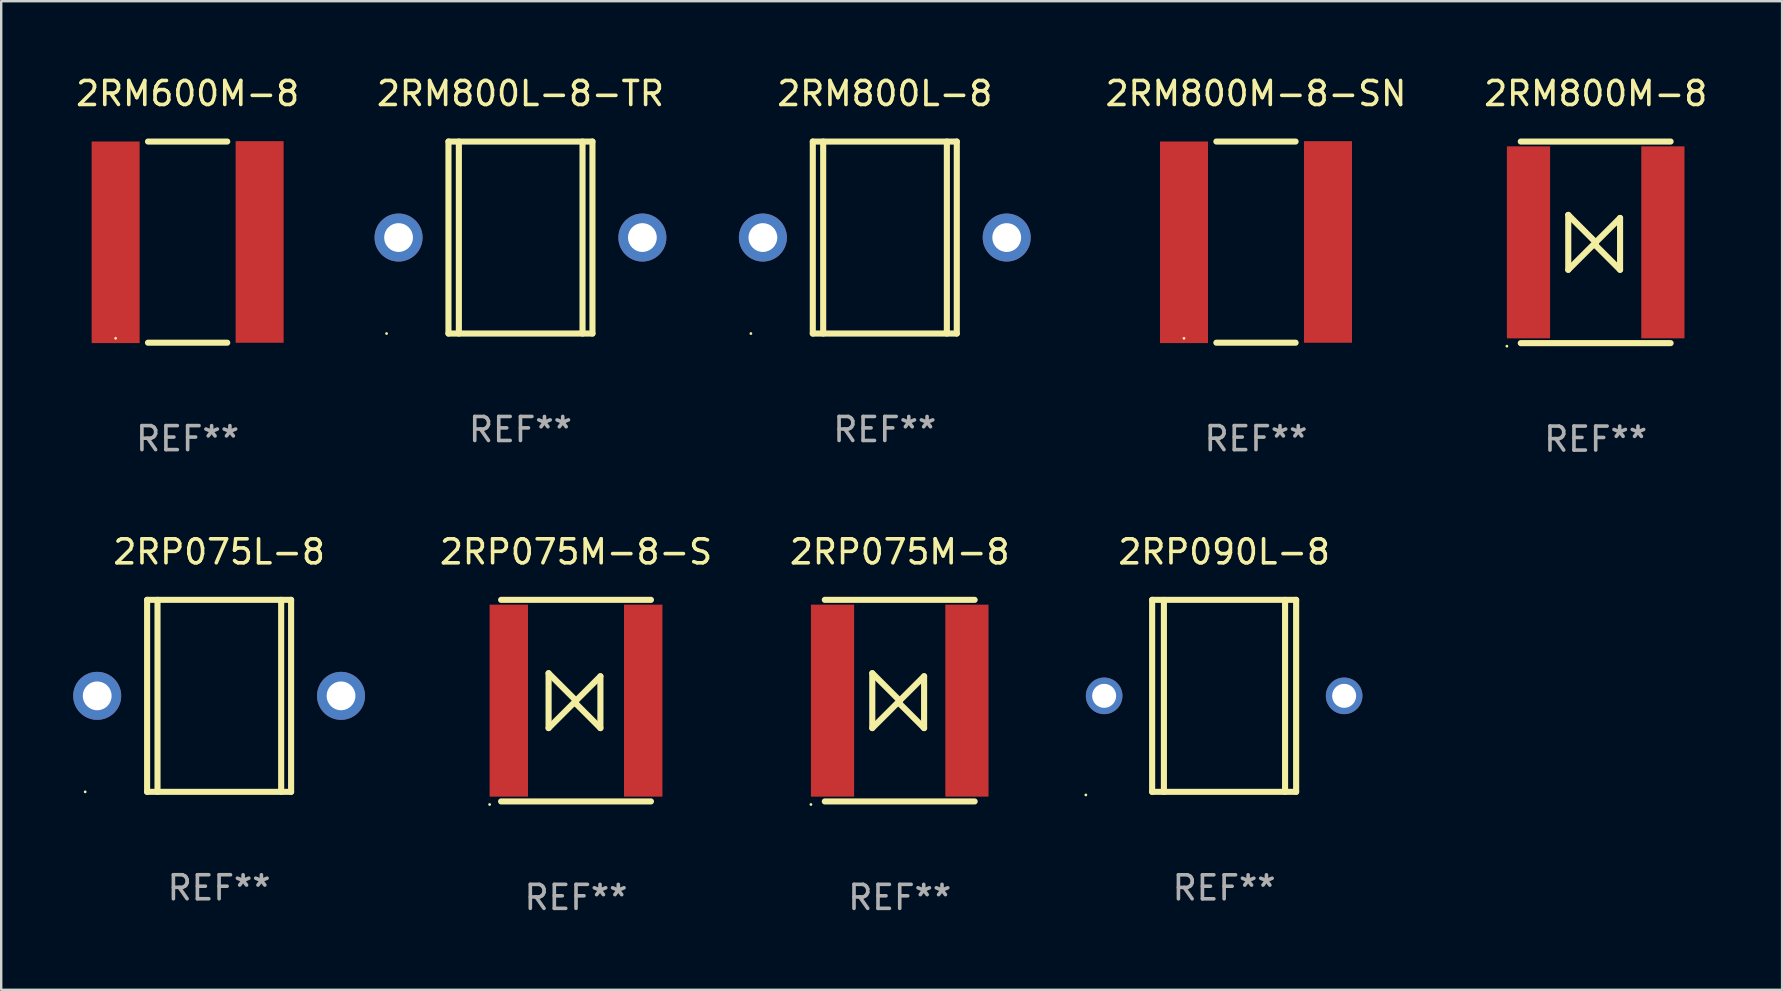
<source format=kicad_pcb>
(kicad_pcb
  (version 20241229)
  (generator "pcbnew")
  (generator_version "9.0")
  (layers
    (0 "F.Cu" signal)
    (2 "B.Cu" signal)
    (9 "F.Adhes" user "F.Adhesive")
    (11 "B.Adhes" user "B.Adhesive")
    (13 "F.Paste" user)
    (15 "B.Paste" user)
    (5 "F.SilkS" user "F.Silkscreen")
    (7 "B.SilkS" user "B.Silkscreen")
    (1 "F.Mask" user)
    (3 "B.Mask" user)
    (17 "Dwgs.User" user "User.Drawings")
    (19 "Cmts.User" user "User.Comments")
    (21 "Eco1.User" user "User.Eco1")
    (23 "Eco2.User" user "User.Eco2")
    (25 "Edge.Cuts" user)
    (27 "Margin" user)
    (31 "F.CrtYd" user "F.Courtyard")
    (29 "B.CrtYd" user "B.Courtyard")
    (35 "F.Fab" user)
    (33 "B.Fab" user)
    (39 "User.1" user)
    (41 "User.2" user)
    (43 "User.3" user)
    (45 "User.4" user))
  (footprint "2RM800L-8"
    (layer "F.Cu")
    (at 33.818 6.848)
    (property "Reference" "2RM800L-8" (at 0 -6 0) (layer "F.SilkS") (effects (font (size 1 1) (thickness 0.15))))
    (attr through_hole)
    (fp_line (start -3 -4) (end -3 4) (stroke (width 0.254) (type solid)) (layer "F.SilkS"))
    (fp_line (start -3 -4) (end 3 -4) (stroke (width 0.254) (type solid)) (layer "F.SilkS"))
    (fp_line (start -3 4) (end 3 4) (stroke (width 0.254) (type solid)) (layer "F.SilkS"))
    (fp_line (start -2.567 -4) (end -2.567 4) (stroke (width 0.254) (type solid)) (layer "F.SilkS"))
    (fp_line (start 2.586 -4) (end 2.586 4) (stroke (width 0.254) (type solid)) (layer "F.SilkS"))
    (fp_line (start 3 -4) (end 3 4) (stroke (width 0.254) (type solid)) (layer "F.SilkS"))
    (fp_circle (center -5.58 4) (end -5.55 4) (stroke (width 0.06) (type solid)) (fill no) (layer "F.SilkS"))
    (fp_text user "REF**" (at 0 8 0) (layer "F.Fab") (effects (font (size 1 1) (thickness 0.15))))
    (pad "1" thru_hole circle (at -5.08 0) (size 2 2) (drill 1.2) (layers "*.Cu" "*.Mask"))
    (pad "2" thru_hole circle (at 5.08 0) (size 2 2) (drill 1.2) (layers "*.Cu" "*.Mask")))
  (footprint "2RP075L-8"
    (layer "F.Cu")
    (at 6.08 25.945)
    (property "Reference" "2RP075L-8" (at 0 -6 0) (layer "F.SilkS") (effects (font (size 1 1) (thickness 0.15))))
    (attr through_hole)
    (fp_line (start -3 -4) (end -3 4) (stroke (width 0.254) (type solid)) (layer "F.SilkS"))
    (fp_line (start -3 -4) (end 3 -4) (stroke (width 0.254) (type solid)) (layer "F.SilkS"))
    (fp_line (start -3 4) (end 3 4) (stroke (width 0.254) (type solid)) (layer "F.SilkS"))
    (fp_line (start -2.567 -4) (end -2.567 4) (stroke (width 0.254) (type solid)) (layer "F.SilkS"))
    (fp_line (start 2.586 -4) (end 2.586 4) (stroke (width 0.254) (type solid)) (layer "F.SilkS"))
    (fp_line (start 3 -4) (end 3 4) (stroke (width 0.254) (type solid)) (layer "F.SilkS"))
    (fp_circle (center -5.58 4) (end -5.55 4) (stroke (width 0.06) (type solid)) (fill no) (layer "F.SilkS"))
    (fp_text user "REF**" (at 0 8 0) (layer "F.Fab") (effects (font (size 1 1) (thickness 0.15))))
    (pad "1" thru_hole circle (at -5.08 0) (size 2 2) (drill 1.2) (layers "*.Cu" "*.Mask"))
    (pad "2" thru_hole circle (at 5.08 0) (size 2 2) (drill 1.2) (layers "*.Cu" "*.Mask")))
  (footprint "2RM800L-8-TR"
    (layer "F.Cu")
    (at 18.637 6.848)
    (property "Reference" "2RM800L-8-TR" (at 0 -6 0) (layer "F.SilkS") (effects (font (size 1 1) (thickness 0.15))))
    (attr through_hole)
    (fp_line (start -3 -4) (end -3 4) (stroke (width 0.254) (type solid)) (layer "F.SilkS"))
    (fp_line (start -3 -4) (end 3 -4) (stroke (width 0.254) (type solid)) (layer "F.SilkS"))
    (fp_line (start -3 4) (end 3 4) (stroke (width 0.254) (type solid)) (layer "F.SilkS"))
    (fp_line (start -2.567 -4) (end -2.567 4) (stroke (width 0.254) (type solid)) (layer "F.SilkS"))
    (fp_line (start 2.586 -4) (end 2.586 4) (stroke (width 0.254) (type solid)) (layer "F.SilkS"))
    (fp_line (start 3 -4) (end 3 4) (stroke (width 0.254) (type solid)) (layer "F.SilkS"))
    (fp_circle (center -5.58 4) (end -5.55 4) (stroke (width 0.06) (type solid)) (fill no) (layer "F.SilkS"))
    (fp_text user "REF**" (at 0 8 0) (layer "F.Fab") (effects (font (size 1 1) (thickness 0.15))))
    (pad "1" thru_hole circle (at -5.08 0) (size 2 2) (drill 1.2) (layers "*.Cu" "*.Mask"))
    (pad "2" thru_hole circle (at 5.08 0) (size 2 2) (drill 1.2) (layers "*.Cu" "*.Mask")))
  (footprint "2RP075M-8"
    (layer "F.Cu")
    (at 34.44 26.145)
    (property "Reference" "2RP075M-8" (at 0 -6.2 0) (layer "F.SilkS") (effects (font (size 1 1) (thickness 0.15))))
    (attr through_hole)
    (fp_line (start -3.122 -4.2) (end 3.122 -4.2) (stroke (width 0.254) (type solid)) (layer "F.SilkS"))
    (fp_line (start -3.122 4.2) (end 3.122 4.2) (stroke (width 0.254) (type solid)) (layer "F.SilkS"))
    (fp_line (start -1.143 1.143) (end -1.143 -1.143) (stroke (width 0.254) (type solid)) (layer "F.SilkS"))
    (fp_line (start 0 0) (end -1.143 -1.143) (stroke (width 0.254) (type solid)) (layer "F.SilkS"))
    (fp_line (start 0 0) (end -1.143 1.143) (stroke (width 0.254) (type solid)) (layer "F.SilkS"))
    (fp_line (start 0 0) (end 0 0.127) (stroke (width 0.254) (type solid)) (layer "F.SilkS"))
    (fp_line (start 0 0) (end 1.016 -1.016) (stroke (width 0.254) (type solid)) (layer "F.SilkS"))
    (fp_line (start 0 0.127) (end 1.016 1.143) (stroke (width 0.254) (type solid)) (layer "F.SilkS"))
    (fp_line (start 1.016 1.143) (end 1.016 -1.016) (stroke (width 0.254) (type solid)) (layer "F.SilkS"))
    (fp_circle (center -3.7 4.327) (end -3.67 4.327) (stroke (width 0.06) (type solid)) (fill no) (layer "F.SilkS"))
    (fp_text user "REF**" (at 0 8.2 0) (layer "F.Fab") (effects (font (size 1 1) (thickness 0.15))))
    (pad "1" smd rect (at -2.8 0) (size 1.8 8) (layers "F.Cu" "F.Mask" "F.Paste"))
    (pad "2" smd rect (at 2.8 0) (size 1.8 8) (layers "F.Cu" "F.Mask" "F.Paste")))
  (footprint "2RP090L-8"
    (layer "F.Cu")
    (at 47.958 25.946)
    (property "Reference" "2RP090L-8" (at 0 -6.001 0) (layer "F.SilkS") (effects (font (size 1 1) (thickness 0.15))))
    (attr through_hole)
    (fp_line (start -3 -4.001) (end -3 3.999) (stroke (width 0.254) (type solid)) (layer "F.SilkS"))
    (fp_line (start -3 -4.001) (end 3 -4.001) (stroke (width 0.254) (type solid)) (layer "F.SilkS"))
    (fp_line (start -2.51 4.001) (end -2.51 -3.999) (stroke (width 0.254) (type solid)) (layer "F.SilkS"))
    (fp_line (start 2.539 3.999) (end 2.539 -4.001) (stroke (width 0.254) (type solid)) (layer "F.SilkS"))
    (fp_line (start 3 3.999) (end -3 3.999) (stroke (width 0.254) (type solid)) (layer "F.SilkS"))
    (fp_line (start 3 3.999) (end 3 -4.001) (stroke (width 0.254) (type solid)) (layer "F.SilkS"))
    (fp_circle (center -5.762 4.128) (end -5.732 4.128) (stroke (width 0.06) (type solid)) (fill no) (layer "F.SilkS"))
    (fp_text user "REF**" (at 0 8.001 0) (layer "F.Fab") (effects (font (size 1 1) (thickness 0.15))))
    (pad "1" thru_hole circle (at -5 -0.001) (size 1.524 1.524) (drill 1) (layers "*.Cu" "*.Mask"))
    (pad "2" thru_hole circle (at 5 -0.001) (size 1.524 1.524) (drill 1) (layers "*.Cu" "*.Mask")))
  (footprint "2RP075M-8-S"
    (layer "F.Cu")
    (at 20.952 26.145)
    (property "Reference" "2RP075M-8-S" (at 0 -6.2 0) (layer "F.SilkS") (effects (font (size 1 1) (thickness 0.15))))
    (attr through_hole)
    (fp_line (start -3.122 -4.2) (end 3.122 -4.2) (stroke (width 0.254) (type solid)) (layer "F.SilkS"))
    (fp_line (start -3.122 4.2) (end 3.122 4.2) (stroke (width 0.254) (type solid)) (layer "F.SilkS"))
    (fp_line (start -1.143 1.143) (end -1.143 -1.143) (stroke (width 0.254) (type solid)) (layer "F.SilkS"))
    (fp_line (start 0 0) (end -1.143 -1.143) (stroke (width 0.254) (type solid)) (layer "F.SilkS"))
    (fp_line (start 0 0) (end -1.143 1.143) (stroke (width 0.254) (type solid)) (layer "F.SilkS"))
    (fp_line (start 0 0) (end 0 0.127) (stroke (width 0.254) (type solid)) (layer "F.SilkS"))
    (fp_line (start 0 0) (end 1.016 -1.016) (stroke (width 0.254) (type solid)) (layer "F.SilkS"))
    (fp_line (start 0 0.127) (end 1.016 1.143) (stroke (width 0.254) (type solid)) (layer "F.SilkS"))
    (fp_line (start 1.016 1.143) (end 1.016 -1.016) (stroke (width 0.254) (type solid)) (layer "F.SilkS"))
    (fp_circle (center -3.6 4.327) (end -3.57 4.327) (stroke (width 0.06) (type solid)) (fill no) (layer "F.SilkS"))
    (fp_text user "REF**" (at 0 8.2 0) (layer "F.Fab") (effects (font (size 1 1) (thickness 0.15))))
    (pad "1" smd rect (at -2.8 0) (size 1.6 8) (layers "F.Cu" "F.Mask" "F.Paste"))
    (pad "2" smd rect (at 2.8 0) (size 1.6 8) (layers "F.Cu" "F.Mask" "F.Paste")))
  (footprint "2RM800M-8-SN"
    (layer "F.Cu")
    (at 49.285 7.039)
    (property "Reference" "2RM800M-8-SN" (at 0 -6.191 0) (layer "F.SilkS") (effects (font (size 1 1) (thickness 0.15))))
    (attr through_hole)
    (fp_line (start -1.651 -4.191) (end 1.651 -4.191) (stroke (width 0.254) (type solid)) (layer "F.SilkS"))
    (fp_line (start 1.651 4.191) (end -1.651 4.191) (stroke (width 0.254) (type solid)) (layer "F.SilkS"))
    (fp_circle (center -3 4.007) (end -2.97 4.007) (stroke (width 0.06) (type solid)) (fill no) (layer "F.SilkS"))
    (fp_text user "REF**" (at 0 8.191 0) (layer "F.Fab") (effects (font (size 1 1) (thickness 0.15))))
    (pad "1" smd rect (at -3 0.007) (size 2 8.4) (layers "F.Cu" "F.Mask" "F.Paste"))
    (pad "2" smd rect (at 3 -0.007) (size 2 8.4) (layers "F.Cu" "F.Mask" "F.Paste")))
  (footprint "2RM600M-8"
    (layer "F.Cu")
    (at 4.768 7.039)
    (property "Reference" "2RM600M-8" (at 0 -6.191 0) (layer "F.SilkS") (effects (font (size 1 1) (thickness 0.15))))
    (attr through_hole)
    (fp_line (start -1.651 -4.191) (end 1.651 -4.191) (stroke (width 0.254) (type solid)) (layer "F.SilkS"))
    (fp_line (start 1.651 4.191) (end -1.651 4.191) (stroke (width 0.254) (type solid)) (layer "F.SilkS"))
    (fp_circle (center -3 4.007) (end -2.97 4.007) (stroke (width 0.06) (type solid)) (fill no) (layer "F.SilkS"))
    (fp_text user "REF**" (at 0 8.191 0) (layer "F.Fab") (effects (font (size 1 1) (thickness 0.15))))
    (pad "1" smd rect (at -3 0.007) (size 2 8.4) (layers "F.Cu" "F.Mask" "F.Paste"))
    (pad "2" smd rect (at 3 -0.007) (size 2 8.4) (layers "F.Cu" "F.Mask" "F.Paste")))
  (footprint "2RM800M-8"
    (layer "F.Cu")
    (at 63.44 7.048)
    (property "Reference" "2RM800M-8" (at 0 -6.2 0) (layer "F.SilkS") (effects (font (size 1 1) (thickness 0.15))))
    (attr through_hole)
    (fp_line (start -3.122 -4.2) (end 3.122 -4.2) (stroke (width 0.254) (type solid)) (layer "F.SilkS"))
    (fp_line (start -3.122 4.2) (end 3.122 4.2) (stroke (width 0.254) (type solid)) (layer "F.SilkS"))
    (fp_line (start -1.143 1.143) (end -1.143 -1.143) (stroke (width 0.254) (type solid)) (layer "F.SilkS"))
    (fp_line (start 0 0) (end -1.143 -1.143) (stroke (width 0.254) (type solid)) (layer "F.SilkS"))
    (fp_line (start 0 0) (end -1.143 1.143) (stroke (width 0.254) (type solid)) (layer "F.SilkS"))
    (fp_line (start 0 0) (end 0 0.127) (stroke (width 0.254) (type solid)) (layer "F.SilkS"))
    (fp_line (start 0 0) (end 1.016 -1.016) (stroke (width 0.254) (type solid)) (layer "F.SilkS"))
    (fp_line (start 0 0.127) (end 1.016 1.143) (stroke (width 0.254) (type solid)) (layer "F.SilkS"))
    (fp_line (start 1.016 1.143) (end 1.016 -1.016) (stroke (width 0.254) (type solid)) (layer "F.SilkS"))
    (fp_circle (center -3.7 4.327) (end -3.67 4.327) (stroke (width 0.06) (type solid)) (fill no) (layer "F.SilkS"))
    (fp_text user "REF**" (at 0 8.2 0) (layer "F.Fab") (effects (font (size 1 1) (thickness 0.15))))
    (pad "1" smd rect (at -2.8 0) (size 1.8 8) (layers "F.Cu" "F.Mask" "F.Paste"))
    (pad "2" smd rect (at 2.8 0) (size 1.8 8) (layers "F.Cu" "F.Mask" "F.Paste")))
  (gr_rect
    (start -3 -3)
    (end 71.208 38.193)
    (stroke (width 0.1) (type default))
    (fill no)
    (layer "Edge.Cuts")))
</source>
